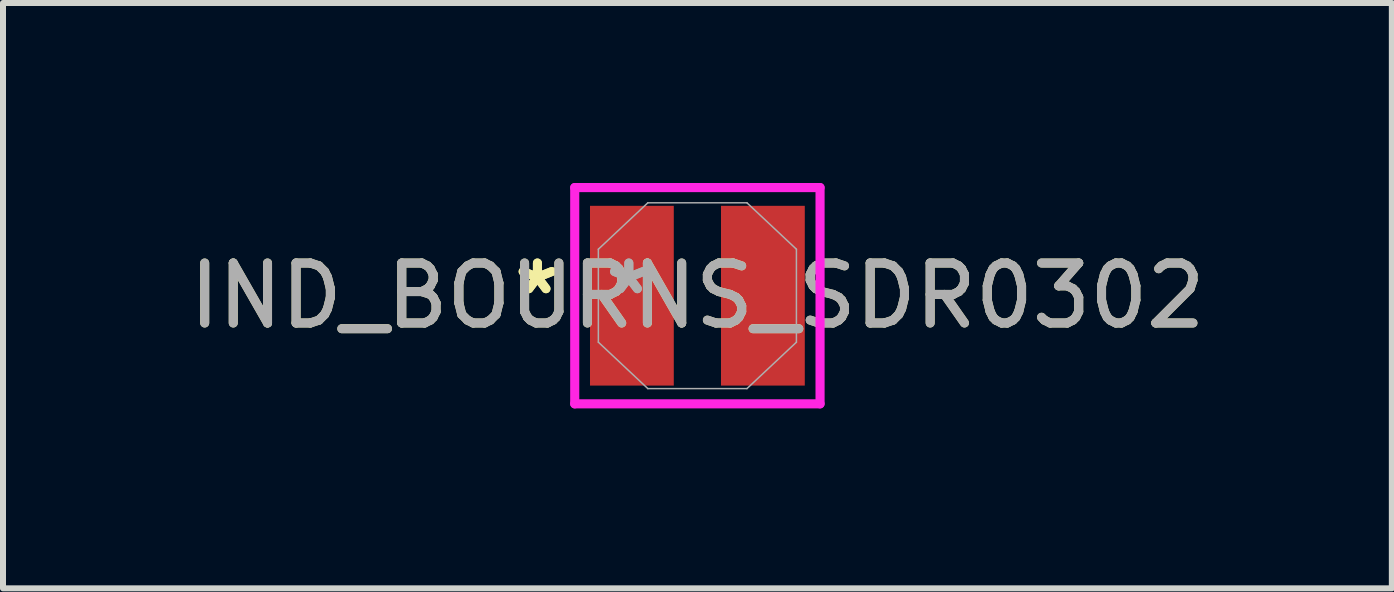
<source format=kicad_pcb>
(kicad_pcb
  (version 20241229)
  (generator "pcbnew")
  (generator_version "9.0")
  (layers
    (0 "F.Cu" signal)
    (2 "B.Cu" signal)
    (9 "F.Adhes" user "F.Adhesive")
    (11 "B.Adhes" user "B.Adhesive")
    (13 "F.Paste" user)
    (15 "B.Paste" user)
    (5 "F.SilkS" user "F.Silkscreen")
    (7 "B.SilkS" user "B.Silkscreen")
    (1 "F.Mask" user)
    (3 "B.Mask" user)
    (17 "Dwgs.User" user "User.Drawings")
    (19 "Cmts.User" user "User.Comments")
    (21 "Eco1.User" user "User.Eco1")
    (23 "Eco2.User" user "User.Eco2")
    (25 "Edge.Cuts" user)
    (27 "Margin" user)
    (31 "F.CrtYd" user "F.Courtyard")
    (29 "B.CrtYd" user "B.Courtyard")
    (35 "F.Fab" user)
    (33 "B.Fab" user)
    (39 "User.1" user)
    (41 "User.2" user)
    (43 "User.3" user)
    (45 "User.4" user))
  (footprint "IND_BOURNS_SDR0302"
    (layer "F.Cu")
    (at 8.577 1.88)
    (property "Reference" "IND_BOURNS_SDR0302" (at 0 0 0) (unlocked yes) (layer "F.SilkS") (effects (font (size 1 1) (thickness 0.15))))
    (attr smd)
    (fp_line (start -2.045 -1.803) (end 2.045 -1.803) (stroke (width 0.152) (type solid)) (layer "F.CrtYd"))
    (fp_line (start -2.045 1.803) (end -2.045 -1.803) (stroke (width 0.152) (type solid)) (layer "F.CrtYd"))
    (fp_line (start 2.045 -1.803) (end 2.045 1.803) (stroke (width 0.152) (type solid)) (layer "F.CrtYd"))
    (fp_line (start 2.045 1.803) (end -2.045 1.803) (stroke (width 0.152) (type solid)) (layer "F.CrtYd"))
    (fp_line (start -1.651 -0.775) (end -1.651 0.775) (stroke (width 0.025) (type solid)) (layer "F.Fab"))
    (fp_line (start -1.651 0.775) (end -0.826 1.549) (stroke (width 0.025) (type solid)) (layer "F.Fab"))
    (fp_line (start -0.826 -1.549) (end -1.651 -0.775) (stroke (width 0.025) (type solid)) (layer "F.Fab"))
    (fp_line (start -0.826 1.549) (end 0.826 1.549) (stroke (width 0.025) (type solid)) (layer "F.Fab"))
    (fp_line (start 0.826 -1.549) (end -0.826 -1.549) (stroke (width 0.025) (type solid)) (layer "F.Fab"))
    (fp_line (start 0.826 1.549) (end 1.651 0.775) (stroke (width 0.025) (type solid)) (layer "F.Fab"))
    (fp_line (start 1.651 -0.775) (end 0.826 -1.549) (stroke (width 0.025) (type solid)) (layer "F.Fab"))
    (fp_line (start 1.651 0.775) (end 1.651 -0.775) (stroke (width 0.025) (type solid)) (layer "F.Fab"))
    (fp_text user "*" (at -2.667 0 0) (layer "F.SilkS") (effects (font (size 1 1) (thickness 0.15))))
    (fp_text user "*" (at -2.667 0 0) (unlocked yes) (layer "F.SilkS") (effects (font (size 1 1) (thickness 0.15))))
    (fp_text user "${REFERENCE}" (at 0 0 0) (unlocked yes) (layer "F.Fab") (effects (font (size 1 1) (thickness 0.15))))
    (fp_text user "*" (at -1.143 0 0) (layer "F.Fab") (effects (font (size 1 1) (thickness 0.15))))
    (fp_text user "*" (at -1.143 0 0) (unlocked yes) (layer "F.Fab") (effects (font (size 1 1) (thickness 0.15))))
    (pad "1" smd rect (at -1.092 0) (size 1.397 2.997) (layers "F.Cu" "F.Mask" "F.Paste"))
    (pad "2" smd rect (at 1.092 0) (size 1.397 2.997) (layers "F.Cu" "F.Mask" "F.Paste")))
  (gr_rect
    (start -3 -3)
    (end 20.155 6.759)
    (stroke (width 0.1) (type default))
    (fill no)
    (layer "Edge.Cuts")))
</source>
